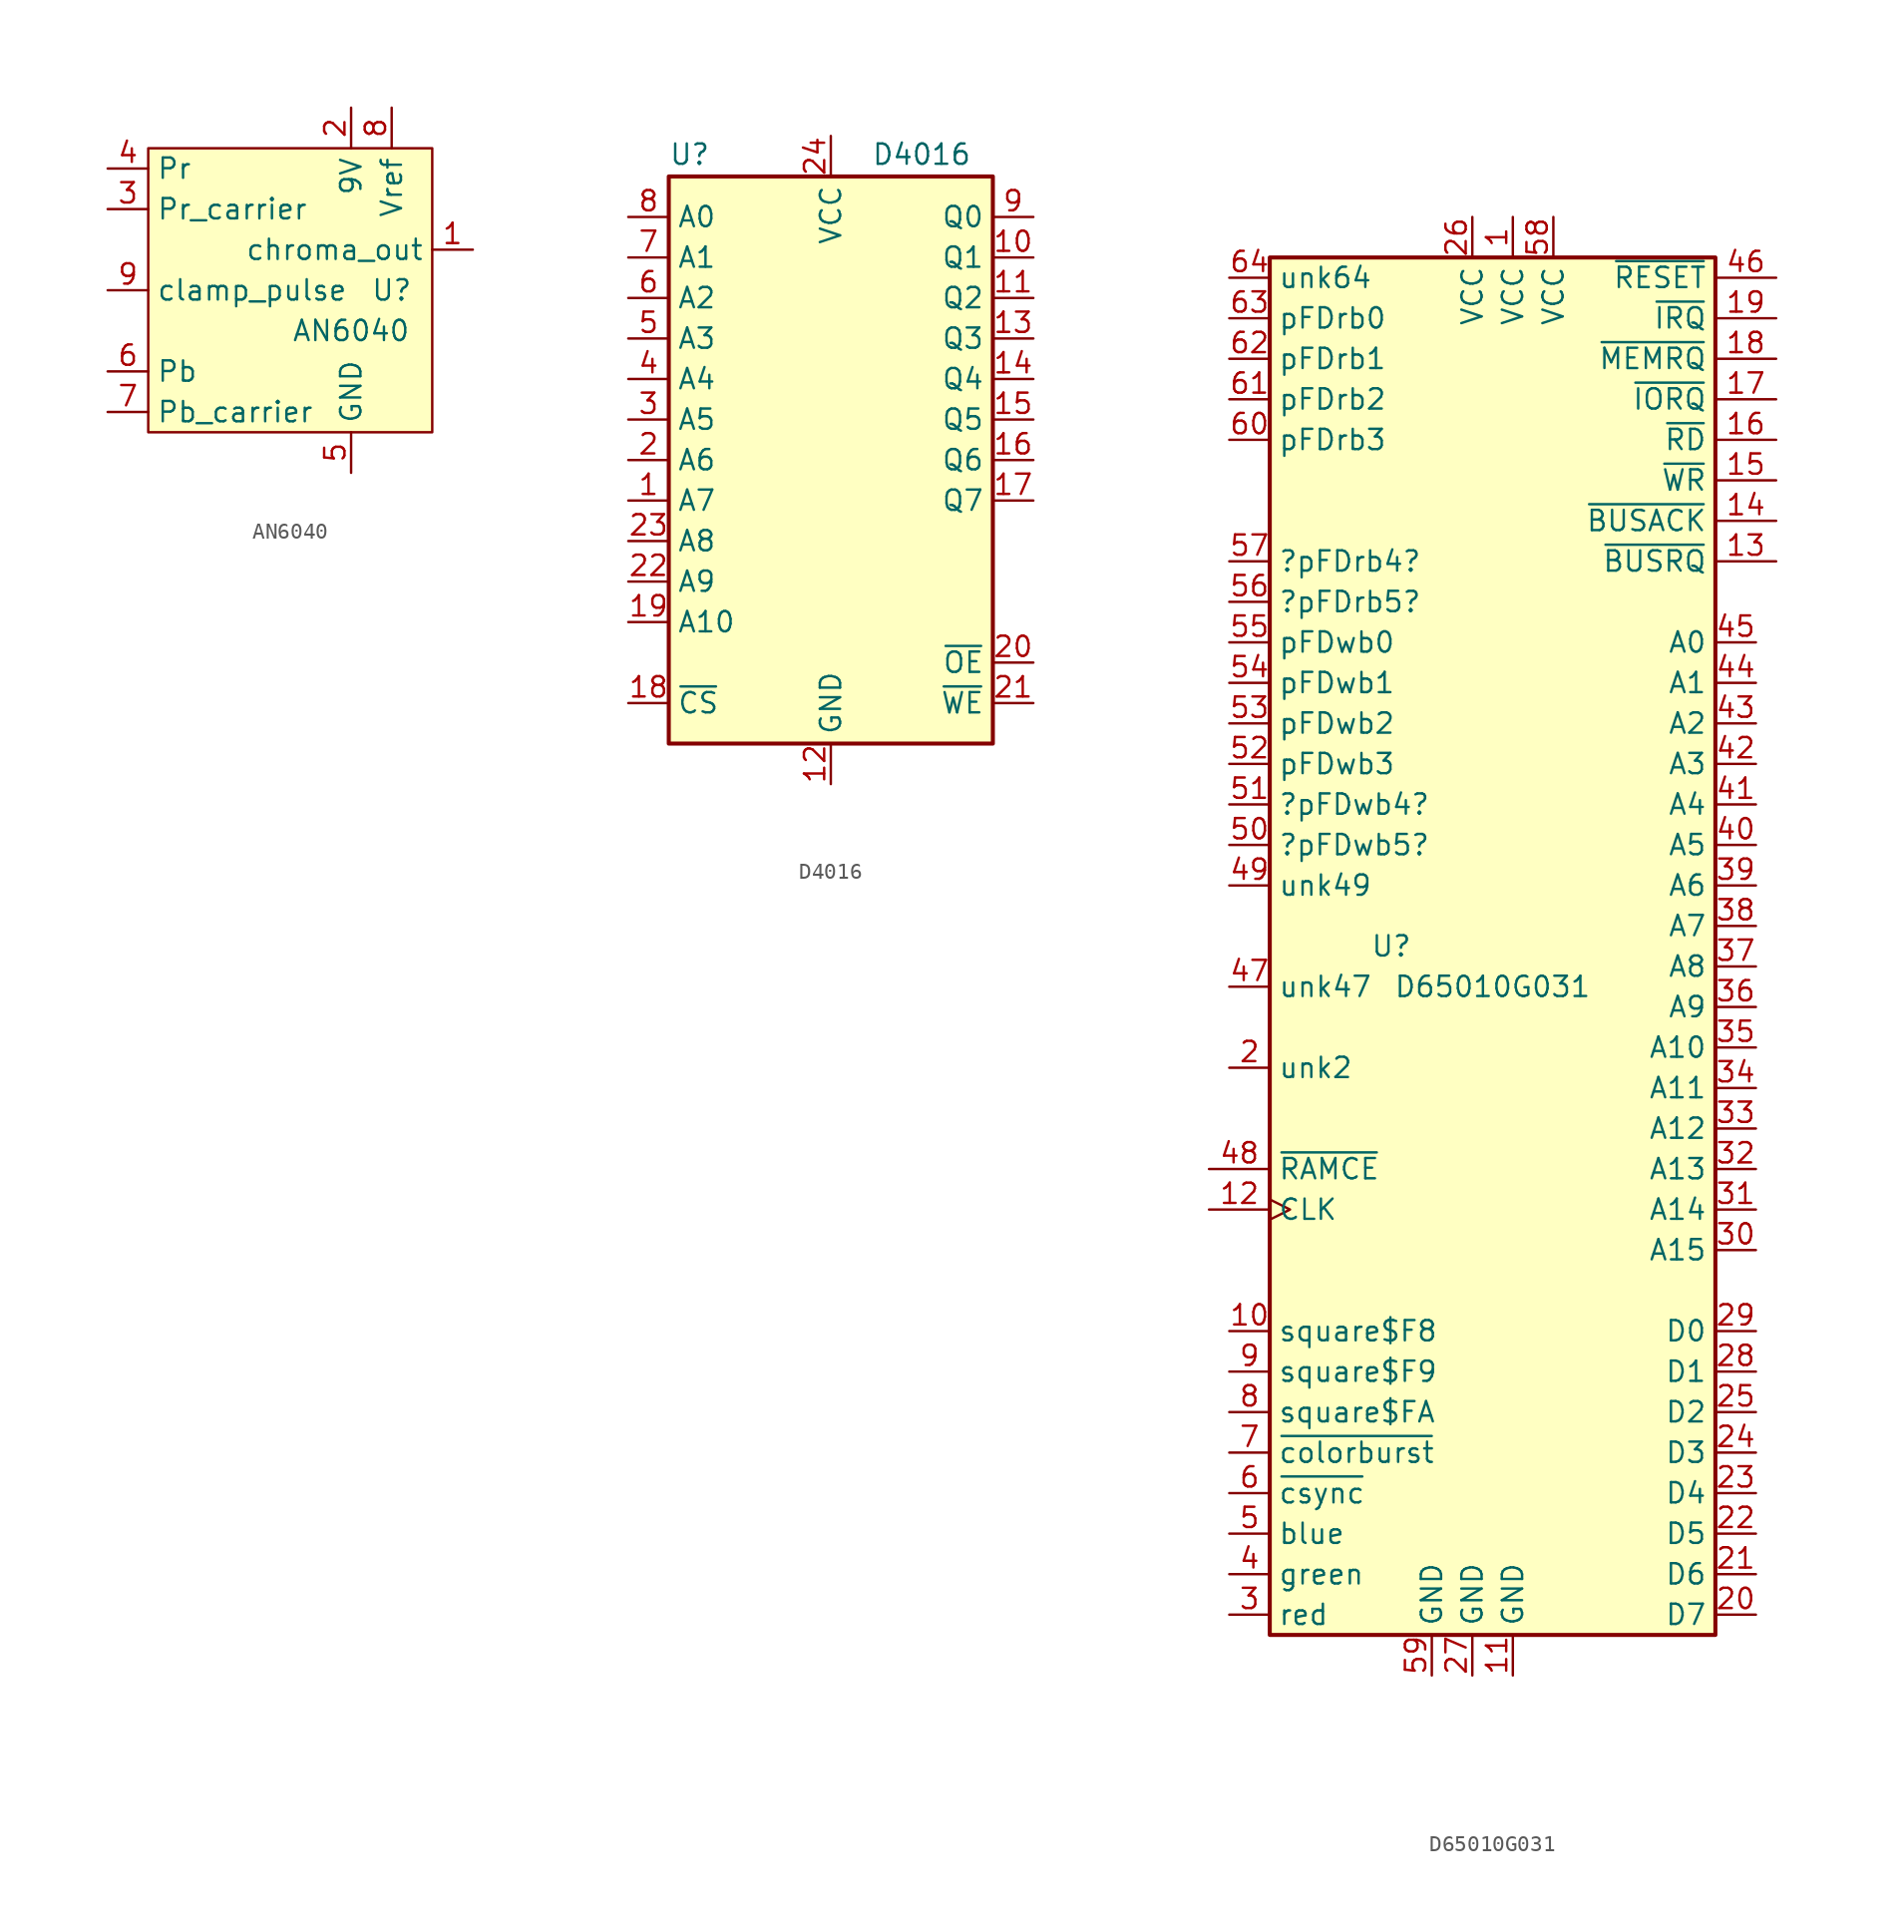
<source format=kicad_sym>
(kicad_symbol_lib
  (version 20220914)
  (generator kicad_symbol_editor)
  (symbol "AN6040"
    (property "Reference" "U"
      (at 6.35 0 0)
      (effects (font (size 1.27 1.27))))
    (property "Value" "AN6040"
      (at 3.81 -2.54 0)
      (effects (font (size 1.27 1.27))))
    (symbol "AN6040_1_1"
      (rectangle (start -8.89 8.89) (end 8.89 -8.89) (stroke (width 0) (type default)) (fill (type background)))
      (pin output line (at 11.43 2.54 180) (length 2.54) (name "chroma_out" (effects (font (size 1.27 1.27)))) (number "1" (effects (font (size 1.27 1.27)))))
      (pin power_in line (at 3.81 11.43 270) (length 2.54) (name "9V" (effects (font (size 1.27 1.27)))) (number "2" (effects (font (size 1.27 1.27)))))
      (pin input line (at -11.43 5.08 0) (length 2.54) (name "Pr_carrier" (effects (font (size 1.27 1.27)))) (number "3" (effects (font (size 1.27 1.27)))))
      (pin input line (at -11.43 7.62 0) (length 2.54) (name "Pr" (effects (font (size 1.27 1.27)))) (number "4" (effects (font (size 1.27 1.27)))))
      (pin power_in line (at 3.81 -11.43 90) (length 2.54) (name "GND" (effects (font (size 1.27 1.27)))) (number "5" (effects (font (size 1.27 1.27)))))
      (pin input line (at -11.43 -5.08 0) (length 2.54) (name "Pb" (effects (font (size 1.27 1.27)))) (number "6" (effects (font (size 1.27 1.27)))))
      (pin input line (at -11.43 -7.62 0) (length 2.54) (name "Pb_carrier" (effects (font (size 1.27 1.27)))) (number "7" (effects (font (size 1.27 1.27)))))
      (pin output line (at 6.35 11.43 270) (length 2.54) (name "Vref" (effects (font (size 1.27 1.27)))) (number "8" (effects (font (size 1.27 1.27)))))
      (pin input line (at -11.43 0 0) (length 2.54) (name "clamp_pulse" (effects (font (size 1.27 1.27)))) (number "9" (effects (font (size 1.27 1.27)))))))
  (symbol "D4016"
    (property "Reference" "U"
      (at -10.16 20.955 0)
      (effects (font (size 1.27 1.27)) (justify left bottom)))
    (property "Value" "D4016"
      (at 2.54 20.955 0)
      (effects (font (size 1.27 1.27)) (justify left bottom)))
    (symbol "D4016_0_0"
      (pin power_in line (at 0 -17.78 90) (length 2.54) (name "GND" (effects (font (size 1.27 1.27)))) (number "12" (effects (font (size 1.27 1.27)))))
      (pin power_in line (at 0 22.86 270) (length 2.54) (name "VCC" (effects (font (size 1.27 1.27)))) (number "24" (effects (font (size 1.27 1.27))))))
    (symbol "D4016_0_1"
      (rectangle (start -10.16 20.32) (end 10.16 -15.24) (stroke (width 0.254) (type default)) (fill (type background))))
    (symbol "D4016_1_1"
      (pin input line (at -12.7 0 0) (length 2.54) (name "A7" (effects (font (size 1.27 1.27)))) (number "1" (effects (font (size 1.27 1.27)))))
      (pin tri_state line (at 12.7 15.24 180) (length 2.54) (name "Q1" (effects (font (size 1.27 1.27)))) (number "10" (effects (font (size 1.27 1.27)))))
      (pin tri_state line (at 12.7 12.7 180) (length 2.54) (name "Q2" (effects (font (size 1.27 1.27)))) (number "11" (effects (font (size 1.27 1.27)))))
      (pin tri_state line (at 12.7 10.16 180) (length 2.54) (name "Q3" (effects (font (size 1.27 1.27)))) (number "13" (effects (font (size 1.27 1.27)))))
      (pin tri_state line (at 12.7 7.62 180) (length 2.54) (name "Q4" (effects (font (size 1.27 1.27)))) (number "14" (effects (font (size 1.27 1.27)))))
      (pin tri_state line (at 12.7 5.08 180) (length 2.54) (name "Q5" (effects (font (size 1.27 1.27)))) (number "15" (effects (font (size 1.27 1.27)))))
      (pin tri_state line (at 12.7 2.54 180) (length 2.54) (name "Q6" (effects (font (size 1.27 1.27)))) (number "16" (effects (font (size 1.27 1.27)))))
      (pin tri_state line (at 12.7 0 180) (length 2.54) (name "Q7" (effects (font (size 1.27 1.27)))) (number "17" (effects (font (size 1.27 1.27)))))
      (pin input line (at -12.7 -12.7 0) (length 2.54) (name "~{CS}" (effects (font (size 1.27 1.27)))) (number "18" (effects (font (size 1.27 1.27)))))
      (pin input line (at -12.7 -7.62 0) (length 2.54) (name "A10" (effects (font (size 1.27 1.27)))) (number "19" (effects (font (size 1.27 1.27)))))
      (pin input line (at -12.7 2.54 0) (length 2.54) (name "A6" (effects (font (size 1.27 1.27)))) (number "2" (effects (font (size 1.27 1.27)))))
      (pin input line (at 12.7 -10.16 180) (length 2.54) (name "~{OE}" (effects (font (size 1.27 1.27)))) (number "20" (effects (font (size 1.27 1.27)))))
      (pin input line (at 12.7 -12.7 180) (length 2.54) (name "~{WE}" (effects (font (size 1.27 1.27)))) (number "21" (effects (font (size 1.27 1.27)))))
      (pin input line (at -12.7 -5.08 0) (length 2.54) (name "A9" (effects (font (size 1.27 1.27)))) (number "22" (effects (font (size 1.27 1.27)))))
      (pin input line (at -12.7 -2.54 0) (length 2.54) (name "A8" (effects (font (size 1.27 1.27)))) (number "23" (effects (font (size 1.27 1.27)))))
      (pin input line (at -12.7 5.08 0) (length 2.54) (name "A5" (effects (font (size 1.27 1.27)))) (number "3" (effects (font (size 1.27 1.27)))))
      (pin input line (at -12.7 7.62 0) (length 2.54) (name "A4" (effects (font (size 1.27 1.27)))) (number "4" (effects (font (size 1.27 1.27)))))
      (pin input line (at -12.7 10.16 0) (length 2.54) (name "A3" (effects (font (size 1.27 1.27)))) (number "5" (effects (font (size 1.27 1.27)))))
      (pin input line (at -12.7 12.7 0) (length 2.54) (name "A2" (effects (font (size 1.27 1.27)))) (number "6" (effects (font (size 1.27 1.27)))))
      (pin input line (at -12.7 15.24 0) (length 2.54) (name "A1" (effects (font (size 1.27 1.27)))) (number "7" (effects (font (size 1.27 1.27)))))
      (pin input line (at -12.7 17.78 0) (length 2.54) (name "A0" (effects (font (size 1.27 1.27)))) (number "8" (effects (font (size 1.27 1.27)))))
      (pin tri_state line (at 12.7 17.78 180) (length 2.54) (name "Q0" (effects (font (size 1.27 1.27)))) (number "9" (effects (font (size 1.27 1.27)))))))
  (symbol "D65010G031"
    (property "Reference" "U"
      (at 0 0 0)
      (effects (font (size 1.27 1.27))))
    (property "Value" "D65010G031"
      (at 6.35 -2.54 0)
      (effects (font (size 1.27 1.27))))
    (symbol "D65010G031_0_1"
      (rectangle (start -7.62 43.18) (end 20.32 -43.18) (stroke (width 0.254) (type default)) (fill (type background))))
    (symbol "D65010G031_1_0"
      (pin power_in line (at 5.08 -45.72 90) (length 2.54) (name "GND" (effects (font (size 1.27 1.27)))) (number "27" (effects (font (size 1.27 1.27)))))
      (pin unspecified line (at -10.16 -2.54 0) (length 2.54) (name "unk47" (effects (font (size 1.27 1.27)))) (number "47" (effects (font (size 1.27 1.27))))))
    (symbol "D65010G031_1_1"
      (pin power_in line (at 7.62 45.72 270) (length 2.54) (name "VCC" (effects (font (size 1.27 1.27)))) (number "1" (effects (font (size 1.27 1.27)))))
      (pin output line (at -10.16 -24.13 0) (length 2.54) (name "square$F8" (effects (font (size 1.27 1.27)))) (number "10" (effects (font (size 1.27 1.27)))))
      (pin power_in line (at 7.62 -45.72 90) (length 2.54) (name "GND" (effects (font (size 1.27 1.27)))) (number "11" (effects (font (size 1.27 1.27)))))
      (pin input clock (at -11.43 -16.51 0) (length 3.81) (name "CLK" (effects (font (size 1.27 1.27)))) (number "12" (effects (font (size 1.27 1.27)))))
      (pin output line (at 24.13 24.13 180) (length 3.81) (name "~{BUSRQ}" (effects (font (size 1.27 1.27)))) (number "13" (effects (font (size 1.27 1.27)))))
      (pin input line (at 24.13 26.67 180) (length 3.81) (name "~{BUSACK}" (effects (font (size 1.27 1.27)))) (number "14" (effects (font (size 1.27 1.27)))))
      (pin input line (at 24.13 29.21 180) (length 3.81) (name "~{WR}" (effects (font (size 1.27 1.27)))) (number "15" (effects (font (size 1.27 1.27)))))
      (pin bidirectional line (at 24.13 31.75 180) (length 3.81) (name "~{RD}" (effects (font (size 1.27 1.27)))) (number "16" (effects (font (size 1.27 1.27)))))
      (pin input line (at 24.13 34.29 180) (length 3.81) (name "~{IORQ}" (effects (font (size 1.27 1.27)))) (number "17" (effects (font (size 1.27 1.27)))))
      (pin bidirectional line (at 24.13 36.83 180) (length 3.81) (name "~{MEMRQ}" (effects (font (size 1.27 1.27)))) (number "18" (effects (font (size 1.27 1.27)))))
      (pin open_collector line (at 24.13 39.37 180) (length 3.81) (name "~{IRQ}" (effects (font (size 1.27 1.27)))) (number "19" (effects (font (size 1.27 1.27)))))
      (pin unspecified line (at -10.16 -7.62 0) (length 2.54) (name "unk2" (effects (font (size 1.27 1.27)))) (number "2" (effects (font (size 1.27 1.27)))))
      (pin input line (at 22.86 -41.91 180) (length 2.54) (name "D7" (effects (font (size 1.27 1.27)))) (number "20" (effects (font (size 1.27 1.27)))))
      (pin bidirectional line (at 22.86 -39.37 180) (length 2.54) (name "D6" (effects (font (size 1.27 1.27)))) (number "21" (effects (font (size 1.27 1.27)))))
      (pin bidirectional line (at 22.86 -36.83 180) (length 2.54) (name "D5" (effects (font (size 1.27 1.27)))) (number "22" (effects (font (size 1.27 1.27)))))
      (pin bidirectional line (at 22.86 -34.29 180) (length 2.54) (name "D4" (effects (font (size 1.27 1.27)))) (number "23" (effects (font (size 1.27 1.27)))))
      (pin bidirectional line (at 22.86 -31.75 180) (length 2.54) (name "D3" (effects (font (size 1.27 1.27)))) (number "24" (effects (font (size 1.27 1.27)))))
      (pin bidirectional line (at 22.86 -29.21 180) (length 2.54) (name "D2" (effects (font (size 1.27 1.27)))) (number "25" (effects (font (size 1.27 1.27)))))
      (pin power_in line (at 5.08 45.72 270) (length 2.54) (name "VCC" (effects (font (size 1.27 1.27)))) (number "26" (effects (font (size 1.27 1.27)))))
      (pin bidirectional line (at 22.86 -26.67 180) (length 2.54) (name "D1" (effects (font (size 1.27 1.27)))) (number "28" (effects (font (size 1.27 1.27)))))
      (pin bidirectional line (at 22.86 -24.13 180) (length 2.54) (name "D0" (effects (font (size 1.27 1.27)))) (number "29" (effects (font (size 1.27 1.27)))))
      (pin output line (at -10.16 -41.91 0) (length 2.54) (name "red" (effects (font (size 1.27 1.27)))) (number "3" (effects (font (size 1.27 1.27)))))
      (pin bidirectional line (at 22.86 -19.05 180) (length 2.54) (name "A15" (effects (font (size 1.27 1.27)))) (number "30" (effects (font (size 1.27 1.27)))))
      (pin bidirectional line (at 22.86 -16.51 180) (length 2.54) (name "A14" (effects (font (size 1.27 1.27)))) (number "31" (effects (font (size 1.27 1.27)))))
      (pin bidirectional line (at 22.86 -13.97 180) (length 2.54) (name "A13" (effects (font (size 1.27 1.27)))) (number "32" (effects (font (size 1.27 1.27)))))
      (pin bidirectional line (at 22.86 -11.43 180) (length 2.54) (name "A12" (effects (font (size 1.27 1.27)))) (number "33" (effects (font (size 1.27 1.27)))))
      (pin bidirectional line (at 22.86 -8.89 180) (length 2.54) (name "A11" (effects (font (size 1.27 1.27)))) (number "34" (effects (font (size 1.27 1.27)))))
      (pin bidirectional line (at 22.86 -6.35 180) (length 2.54) (name "A10" (effects (font (size 1.27 1.27)))) (number "35" (effects (font (size 1.27 1.27)))))
      (pin bidirectional line (at 22.86 -3.81 180) (length 2.54) (name "A9" (effects (font (size 1.27 1.27)))) (number "36" (effects (font (size 1.27 1.27)))))
      (pin bidirectional line (at 22.86 -1.27 180) (length 2.54) (name "A8" (effects (font (size 1.27 1.27)))) (number "37" (effects (font (size 1.27 1.27)))))
      (pin bidirectional line (at 22.86 1.27 180) (length 2.54) (name "A7" (effects (font (size 1.27 1.27)))) (number "38" (effects (font (size 1.27 1.27)))))
      (pin bidirectional line (at 22.86 3.81 180) (length 2.54) (name "A6" (effects (font (size 1.27 1.27)))) (number "39" (effects (font (size 1.27 1.27)))))
      (pin output line (at -10.16 -39.37 0) (length 2.54) (name "green" (effects (font (size 1.27 1.27)))) (number "4" (effects (font (size 1.27 1.27)))))
      (pin bidirectional line (at 22.86 6.35 180) (length 2.54) (name "A5" (effects (font (size 1.27 1.27)))) (number "40" (effects (font (size 1.27 1.27)))))
      (pin bidirectional line (at 22.86 8.89 180) (length 2.54) (name "A4" (effects (font (size 1.27 1.27)))) (number "41" (effects (font (size 1.27 1.27)))))
      (pin bidirectional line (at 22.86 11.43 180) (length 2.54) (name "A3" (effects (font (size 1.27 1.27)))) (number "42" (effects (font (size 1.27 1.27)))))
      (pin bidirectional line (at 22.86 13.97 180) (length 2.54) (name "A2" (effects (font (size 1.27 1.27)))) (number "43" (effects (font (size 1.27 1.27)))))
      (pin bidirectional line (at 22.86 16.51 180) (length 2.54) (name "A1" (effects (font (size 1.27 1.27)))) (number "44" (effects (font (size 1.27 1.27)))))
      (pin bidirectional line (at 22.86 19.05 180) (length 2.54) (name "A0" (effects (font (size 1.27 1.27)))) (number "45" (effects (font (size 1.27 1.27)))))
      (pin input line (at 24.13 41.91 180) (length 3.81) (name "~{RESET}" (effects (font (size 1.27 1.27)))) (number "46" (effects (font (size 1.27 1.27)))))
      (pin output line (at -11.43 -13.97 0) (length 3.81) (name "~{RAMCE}" (effects (font (size 1.27 1.27)))) (number "48" (effects (font (size 1.27 1.27)))))
      (pin passive line (at -10.16 3.81 0) (length 2.54) (name "unk49" (effects (font (size 1.27 1.27)))) (number "49" (effects (font (size 1.27 1.27)))))
      (pin output line (at -10.16 -36.83 0) (length 2.54) (name "blue" (effects (font (size 1.27 1.27)))) (number "5" (effects (font (size 1.27 1.27)))))
      (pin passive line (at -10.16 6.35 0) (length 2.54) (name "?pFDwb5?" (effects (font (size 1.27 1.27)))) (number "50" (effects (font (size 1.27 1.27)))))
      (pin passive line (at -10.16 8.89 0) (length 2.54) (name "?pFDwb4?" (effects (font (size 1.27 1.27)))) (number "51" (effects (font (size 1.27 1.27)))))
      (pin output line (at -10.16 11.43 0) (length 2.54) (name "pFDwb3" (effects (font (size 1.27 1.27)))) (number "52" (effects (font (size 1.27 1.27)))))
      (pin output line (at -10.16 13.97 0) (length 2.54) (name "pFDwb2" (effects (font (size 1.27 1.27)))) (number "53" (effects (font (size 1.27 1.27)))))
      (pin output line (at -10.16 16.51 0) (length 2.54) (name "pFDwb1" (effects (font (size 1.27 1.27)))) (number "54" (effects (font (size 1.27 1.27)))))
      (pin output line (at -10.16 19.05 0) (length 2.54) (name "pFDwb0" (effects (font (size 1.27 1.27)))) (number "55" (effects (font (size 1.27 1.27)))))
      (pin passive line (at -10.16 21.59 0) (length 2.54) (name "?pFDrb5?" (effects (font (size 1.27 1.27)))) (number "56" (effects (font (size 1.27 1.27)))))
      (pin passive line (at -10.16 24.13 0) (length 2.54) (name "?pFDrb4?" (effects (font (size 1.27 1.27)))) (number "57" (effects (font (size 1.27 1.27)))))
      (pin power_in line (at 10.16 45.72 270) (length 2.54) (name "VCC" (effects (font (size 1.27 1.27)))) (number "58" (effects (font (size 1.27 1.27)))))
      (pin power_in line (at 2.54 -45.72 90) (length 2.54) (name "GND" (effects (font (size 1.27 1.27)))) (number "59" (effects (font (size 1.27 1.27)))))
      (pin output line (at -10.16 -34.29 0) (length 2.54) (name "~{csync}" (effects (font (size 1.27 1.27)))) (number "6" (effects (font (size 1.27 1.27)))))
      (pin input line (at -10.16 31.75 0) (length 2.54) (name "pFDrb3" (effects (font (size 1.27 1.27)))) (number "60" (effects (font (size 1.27 1.27)))))
      (pin input line (at -10.16 34.29 0) (length 2.54) (name "pFDrb2" (effects (font (size 1.27 1.27)))) (number "61" (effects (font (size 1.27 1.27)))))
      (pin input line (at -10.16 36.83 0) (length 2.54) (name "pFDrb1" (effects (font (size 1.27 1.27)))) (number "62" (effects (font (size 1.27 1.27)))))
      (pin input line (at -10.16 39.37 0) (length 2.54) (name "pFDrb0" (effects (font (size 1.27 1.27)))) (number "63" (effects (font (size 1.27 1.27)))))
      (pin passive line (at -10.16 41.91 0) (length 2.54) (name "unk64" (effects (font (size 1.27 1.27)))) (number "64" (effects (font (size 1.27 1.27)))))
      (pin output line (at -10.16 -31.75 0) (length 2.54) (name "~{colorburst}" (effects (font (size 1.27 1.27)))) (number "7" (effects (font (size 1.27 1.27)))))
      (pin output line (at -10.16 -29.21 0) (length 2.54) (name "square$FA" (effects (font (size 1.27 1.27)))) (number "8" (effects (font (size 1.27 1.27)))))
      (pin output line (at -10.16 -26.67 0) (length 2.54) (name "square$F9" (effects (font (size 1.27 1.27)))) (number "9" (effects (font (size 1.27 1.27))))))))
</source>
